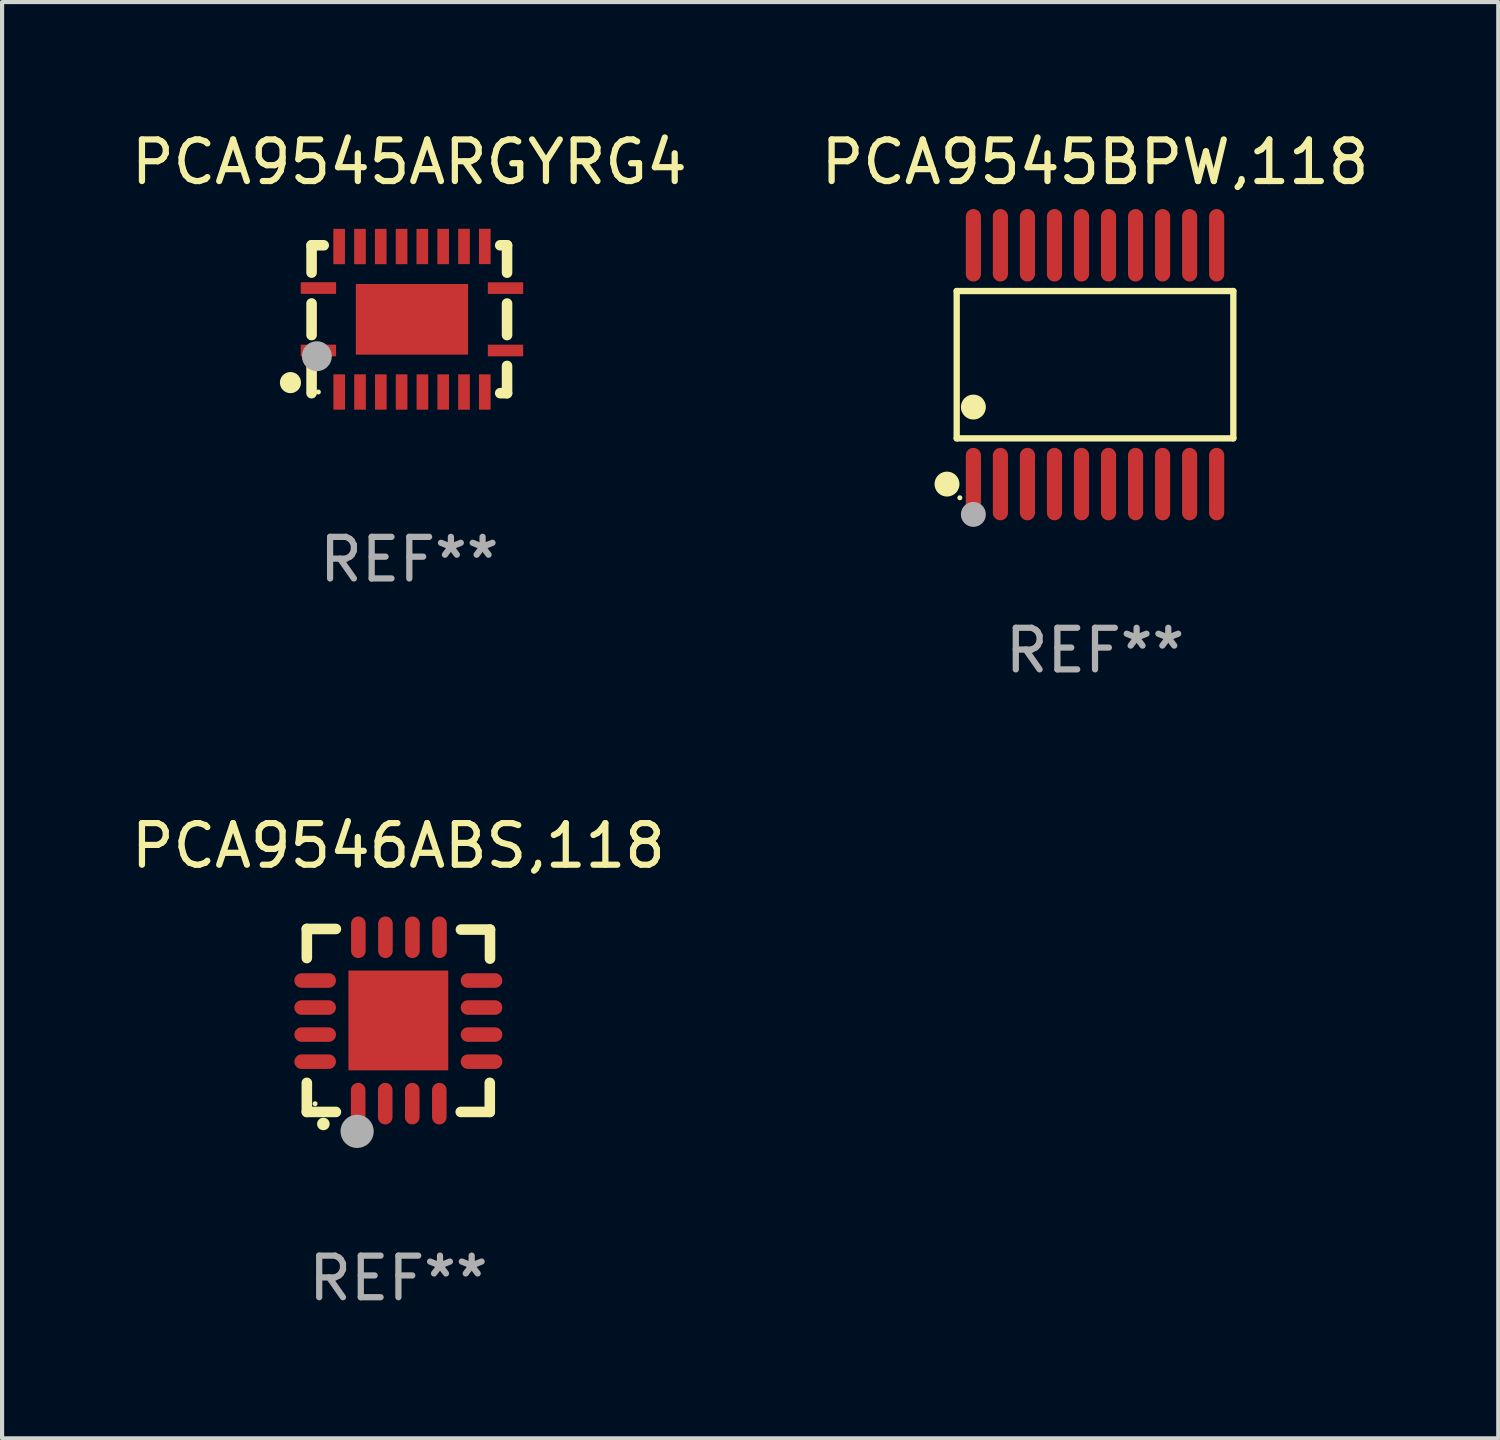
<source format=kicad_pcb>
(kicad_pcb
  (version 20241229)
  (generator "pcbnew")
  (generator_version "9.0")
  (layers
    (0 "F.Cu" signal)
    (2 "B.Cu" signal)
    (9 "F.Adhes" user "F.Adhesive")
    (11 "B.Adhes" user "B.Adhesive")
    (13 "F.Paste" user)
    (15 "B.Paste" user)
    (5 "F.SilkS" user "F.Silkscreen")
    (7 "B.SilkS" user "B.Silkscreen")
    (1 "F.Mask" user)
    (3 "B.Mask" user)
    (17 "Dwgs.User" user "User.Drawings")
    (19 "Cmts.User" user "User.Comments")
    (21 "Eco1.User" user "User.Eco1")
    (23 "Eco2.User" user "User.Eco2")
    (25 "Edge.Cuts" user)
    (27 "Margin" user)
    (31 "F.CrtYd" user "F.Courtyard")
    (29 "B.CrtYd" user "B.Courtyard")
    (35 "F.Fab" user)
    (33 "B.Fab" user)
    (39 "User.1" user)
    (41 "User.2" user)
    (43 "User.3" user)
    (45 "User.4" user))
  (footprint "PCA9545ARGYRG4"
    (layer "F.Cu")
    (at 6.792 4.626)
    (property "Reference" "PCA9545ARGYRG4" (at 0 -3.778 0) (layer "F.SilkS") (effects (font (size 1 1) (thickness 0.15))))
    (attr through_hole)
    (fp_line (start -2.35 -1.778) (end -2.35 -1.121) (stroke (width 0.254) (type solid)) (layer "F.SilkS"))
    (fp_line (start -2.35 -1.778) (end -2.058 -1.778) (stroke (width 0.254) (type solid)) (layer "F.SilkS"))
    (fp_line (start -2.35 -0.379) (end -2.35 0.381) (stroke (width 0.254) (type solid)) (layer "F.SilkS"))
    (fp_line (start -2.35 1.123) (end -2.35 1.778) (stroke (width 0.254) (type solid)) (layer "F.SilkS"))
    (fp_line (start 2.186 -1.778) (end 2.35 -1.778) (stroke (width 0.254) (type solid)) (layer "F.SilkS"))
    (fp_line (start 2.35 -1.778) (end 2.35 -1.119) (stroke (width 0.254) (type solid)) (layer "F.SilkS"))
    (fp_line (start 2.35 -0.377) (end 2.35 0.381) (stroke (width 0.254) (type solid)) (layer "F.SilkS"))
    (fp_line (start 2.35 1.123) (end 2.35 1.778) (stroke (width 0.254) (type solid)) (layer "F.SilkS"))
    (fp_line (start 2.35 1.778) (end 2.186 1.778) (stroke (width 0.254) (type solid)) (layer "F.SilkS"))
    (fp_circle (center -2.858 1.524) (end -2.731 1.524) (stroke (width 0.254) (type solid)) (fill no) (layer "F.SilkS"))
    (fp_circle (center -2.187 1.75) (end -2.157 1.75) (stroke (width 0.06) (type solid)) (fill no) (layer "F.SilkS"))
    (fp_circle (center -2.223 0.889) (end -2.043 0.889) (stroke (width 0.36) (type solid)) (fill no) (layer "F.Fab"))
    (fp_text user "REF**" (at 0 5.778 0) (layer "F.Fab") (effects (font (size 1 1) (thickness 0.15))))
    (pad "1" smd rect (at -2.186 0.752) (size 0.85 0.28) (layers "F.Cu" "F.Mask" "F.Paste"))
    (pad "2" smd rect (at -1.685 1.75) (size 0.28 0.85) (layers "F.Cu" "F.Mask" "F.Paste"))
    (pad "3" smd rect (at -1.185 1.75) (size 0.28 0.85) (layers "F.Cu" "F.Mask" "F.Paste"))
    (pad "4" smd rect (at -0.685 1.75) (size 0.28 0.85) (layers "F.Cu" "F.Mask" "F.Paste"))
    (pad "5" smd rect (at -0.185 1.75) (size 0.28 0.85) (layers "F.Cu" "F.Mask" "F.Paste"))
    (pad "6" smd rect (at 0.315 1.75) (size 0.28 0.85) (layers "F.Cu" "F.Mask" "F.Paste"))
    (pad "7" smd rect (at 0.815 1.75) (size 0.28 0.85) (layers "F.Cu" "F.Mask" "F.Paste"))
    (pad "8" smd rect (at 1.315 1.75) (size 0.28 0.85) (layers "F.Cu" "F.Mask" "F.Paste"))
    (pad "9" smd rect (at 1.815 1.75) (size 0.28 0.85) (layers "F.Cu" "F.Mask" "F.Paste"))
    (pad "10" smd rect (at 2.313 0.752) (size 0.85 0.28) (layers "F.Cu" "F.Mask" "F.Paste"))
    (pad "11" smd rect (at 2.313 -0.748) (size 0.85 0.28) (layers "F.Cu" "F.Mask" "F.Paste"))
    (pad "12" smd rect (at 1.815 -1.75) (size 0.28 0.85) (layers "F.Cu" "F.Mask" "F.Paste"))
    (pad "13" smd rect (at 1.315 -1.75) (size 0.28 0.85) (layers "F.Cu" "F.Mask" "F.Paste"))
    (pad "14" smd rect (at 0.814 -1.748) (size 0.28 0.85) (layers "F.Cu" "F.Mask" "F.Paste"))
    (pad "15" smd rect (at 0.313 -1.748) (size 0.28 0.85) (layers "F.Cu" "F.Mask" "F.Paste"))
    (pad "16" smd rect (at -0.186 -1.748) (size 0.28 0.85) (layers "F.Cu" "F.Mask" "F.Paste"))
    (pad "17" smd rect (at -0.687 -1.748) (size 0.28 0.85) (layers "F.Cu" "F.Mask" "F.Paste"))
    (pad "18" smd rect (at -1.186 -1.748) (size 0.28 0.85) (layers "F.Cu" "F.Mask" "F.Paste"))
    (pad "19" smd rect (at -1.687 -1.748) (size 0.28 0.85) (layers "F.Cu" "F.Mask" "F.Paste"))
    (pad "20" smd rect (at -2.186 -0.75) (size 0.85 0.28) (layers "F.Cu" "F.Mask" "F.Paste"))
    (pad "21" smd rect (at 0.064 0.002 90) (size 1.7 2.7) (layers "F.Cu" "F.Mask" "F.Paste")))
  (footprint "PCA9545BPW,118"
    (layer "F.Cu")
    (at 23.28 5.719)
    (property "Reference" "PCA9545BPW,118" (at 0 -4.871 0) (layer "F.SilkS") (effects (font (size 1 1) (thickness 0.15))))
    (attr through_hole)
    (fp_line (start -3.326 -1.771) (end 3.326 -1.771) (stroke (width 0.152) (type solid)) (layer "F.SilkS"))
    (fp_line (start -3.326 1.771) (end -3.326 -1.771) (stroke (width 0.152) (type solid)) (layer "F.SilkS"))
    (fp_line (start 3.326 -1.771) (end 3.326 1.771) (stroke (width 0.152) (type solid)) (layer "F.SilkS"))
    (fp_line (start 3.326 1.771) (end -3.326 1.771) (stroke (width 0.152) (type solid)) (layer "F.SilkS"))
    (fp_circle (center -3.559 2.871) (end -3.409 2.871) (stroke (width 0.3) (type solid)) (fill no) (layer "F.SilkS"))
    (fp_circle (center -3.25 3.2) (end -3.22 3.2) (stroke (width 0.06) (type solid)) (fill no) (layer "F.SilkS"))
    (fp_circle (center -2.925 1.019) (end -2.775 1.019) (stroke (width 0.3) (type solid)) (fill no) (layer "F.SilkS"))
    (fp_circle (center -2.925 3.6) (end -2.775 3.6) (stroke (width 0.3) (type solid)) (fill no) (layer "F.Fab"))
    (fp_text user "REF**" (at 0 6.871 0) (layer "F.Fab") (effects (font (size 1 1) (thickness 0.15))))
    (pad "1" smd oval (at -2.925 2.871) (size 0.364 1.742) (layers "F.Cu" "F.Mask" "F.Paste"))
    (pad "2" smd oval (at -2.275 2.871) (size 0.364 1.742) (layers "F.Cu" "F.Mask" "F.Paste"))
    (pad "3" smd oval (at -1.625 2.871) (size 0.364 1.742) (layers "F.Cu" "F.Mask" "F.Paste"))
    (pad "4" smd oval (at -0.975 2.871) (size 0.364 1.742) (layers "F.Cu" "F.Mask" "F.Paste"))
    (pad "5" smd oval (at -0.325 2.871) (size 0.364 1.742) (layers "F.Cu" "F.Mask" "F.Paste"))
    (pad "6" smd oval (at 0.325 2.871) (size 0.364 1.742) (layers "F.Cu" "F.Mask" "F.Paste"))
    (pad "7" smd oval (at 0.975 2.871) (size 0.364 1.742) (layers "F.Cu" "F.Mask" "F.Paste"))
    (pad "8" smd oval (at 1.625 2.871) (size 0.364 1.742) (layers "F.Cu" "F.Mask" "F.Paste"))
    (pad "9" smd oval (at 2.275 2.871) (size 0.364 1.742) (layers "F.Cu" "F.Mask" "F.Paste"))
    (pad "10" smd oval (at 2.925 2.871) (size 0.364 1.742) (layers "F.Cu" "F.Mask" "F.Paste"))
    (pad "11" smd oval (at 2.925 -2.871) (size 0.364 1.742) (layers "F.Cu" "F.Mask" "F.Paste"))
    (pad "12" smd oval (at 2.275 -2.871) (size 0.364 1.742) (layers "F.Cu" "F.Mask" "F.Paste"))
    (pad "13" smd oval (at 1.625 -2.871) (size 0.364 1.742) (layers "F.Cu" "F.Mask" "F.Paste"))
    (pad "14" smd oval (at 0.975 -2.871) (size 0.364 1.742) (layers "F.Cu" "F.Mask" "F.Paste"))
    (pad "15" smd oval (at 0.325 -2.871) (size 0.364 1.742) (layers "F.Cu" "F.Mask" "F.Paste"))
    (pad "16" smd oval (at -0.325 -2.871) (size 0.364 1.742) (layers "F.Cu" "F.Mask" "F.Paste"))
    (pad "17" smd oval (at -0.975 -2.871) (size 0.364 1.742) (layers "F.Cu" "F.Mask" "F.Paste"))
    (pad "18" smd oval (at -1.625 -2.871) (size 0.364 1.742) (layers "F.Cu" "F.Mask" "F.Paste"))
    (pad "19" smd oval (at -2.275 -2.871) (size 0.364 1.742) (layers "F.Cu" "F.Mask" "F.Paste"))
    (pad "20" smd oval (at -2.925 -2.871) (size 0.364 1.742) (layers "F.Cu" "F.Mask" "F.Paste")))
  (footprint "PCA9546ABS,118"
    (layer "F.Cu")
    (at 6.53 21.487)
    (property "Reference" "PCA9546ABS,118" (at 0 -4.2 0) (layer "F.SilkS") (effects (font (size 1 1) (thickness 0.15))))
    (attr through_hole)
    (fp_line (start -2.202 -2.2) (end -2.202 -1.5) (stroke (width 0.254) (type solid)) (layer "F.SilkS"))
    (fp_line (start -2.202 2.2) (end -2.202 1.5) (stroke (width 0.254) (type solid)) (layer "F.SilkS"))
    (fp_line (start -1.503 -2.2) (end -2.202 -2.2) (stroke (width 0.254) (type solid)) (layer "F.SilkS"))
    (fp_line (start -1.503 2.2) (end -2.202 2.2) (stroke (width 0.254) (type solid)) (layer "F.SilkS"))
    (fp_line (start 1.498 2.2) (end 2.197 2.2) (stroke (width 0.254) (type solid)) (layer "F.SilkS"))
    (fp_line (start 2.197 2.2) (end 2.197 1.5) (stroke (width 0.254) (type solid)) (layer "F.SilkS"))
    (fp_line (start 2.202 -2.185) (end 1.503 -2.185) (stroke (width 0.254) (type solid)) (layer "F.SilkS"))
    (fp_line (start 2.202 -1.485) (end 2.202 -2.185) (stroke (width 0.254) (type solid)) (layer "F.SilkS"))
    (fp_arc (start -1.805944 2.489205) (mid -1.804674 2.4892) (end -1.803404 2.489205) (stroke (width 0.3) (type solid)) (layer "F.SilkS"))
    (fp_circle (center -2.004 2.002) (end -1.974 2.002) (stroke (width 0.06) (type solid)) (fill no) (layer "F.SilkS"))
    (fp_circle (center -0.993 2.667) (end -0.793 2.667) (stroke (width 0.4) (type solid)) (fill no) (layer "F.Fab"))
    (fp_text user "REF**" (at 0 6.2 0) (layer "F.Fab") (effects (font (size 1 1) (thickness 0.15))))
    (pad "1" smd oval (at -0.968 2) (size 0.35 1) (layers "F.Cu" "F.Mask" "F.Paste"))
    (pad "2" smd oval (at -0.317 2) (size 0.35 1) (layers "F.Cu" "F.Mask" "F.Paste"))
    (pad "3" smd oval (at 0.333 2) (size 0.35 1) (layers "F.Cu" "F.Mask" "F.Paste"))
    (pad "4" smd oval (at 0.983 2) (size 0.35 1) (layers "F.Cu" "F.Mask" "F.Paste"))
    (pad "5" smd oval (at 1.998 0.991 90) (size 0.35 1) (layers "F.Cu" "F.Mask" "F.Paste"))
    (pad "6" smd oval (at 1.998 0.34 90) (size 0.35 1) (layers "F.Cu" "F.Mask" "F.Paste"))
    (pad "7" smd oval (at 1.998 -0.31 90) (size 0.35 1) (layers "F.Cu" "F.Mask" "F.Paste"))
    (pad "8" smd oval (at 1.998 -0.96 90) (size 0.35 1) (layers "F.Cu" "F.Mask" "F.Paste"))
    (pad "9" smd oval (at 0.988 -2) (size 0.35 1) (layers "F.Cu" "F.Mask" "F.Paste"))
    (pad "10" smd oval (at 0.338 -2) (size 0.35 1) (layers "F.Cu" "F.Mask" "F.Paste"))
    (pad "11" smd oval (at -0.312 -2) (size 0.35 1) (layers "F.Cu" "F.Mask" "F.Paste"))
    (pad "12" smd oval (at -0.963 -2) (size 0.35 1) (layers "F.Cu" "F.Mask" "F.Paste"))
    (pad "13" smd oval (at -2.002 -0.96 90) (size 0.35 1) (layers "F.Cu" "F.Mask" "F.Paste"))
    (pad "14" smd oval (at -2.002 -0.31 90) (size 0.35 1) (layers "F.Cu" "F.Mask" "F.Paste"))
    (pad "15" smd oval (at -2.002 0.34 90) (size 0.35 1) (layers "F.Cu" "F.Mask" "F.Paste"))
    (pad "16" smd oval (at -2.002 0.991 90) (size 0.35 1) (layers "F.Cu" "F.Mask" "F.Paste"))
    (pad "17" smd rect (at -0.002 0.000127 90) (size 2.4 2.4) (layers "F.Cu" "F.Mask" "F.Paste")))
  (gr_rect
    (start -3 -3)
    (end 32.976 31.535)
    (stroke (width 0.1) (type default))
    (fill no)
    (layer "Edge.Cuts")))
</source>
